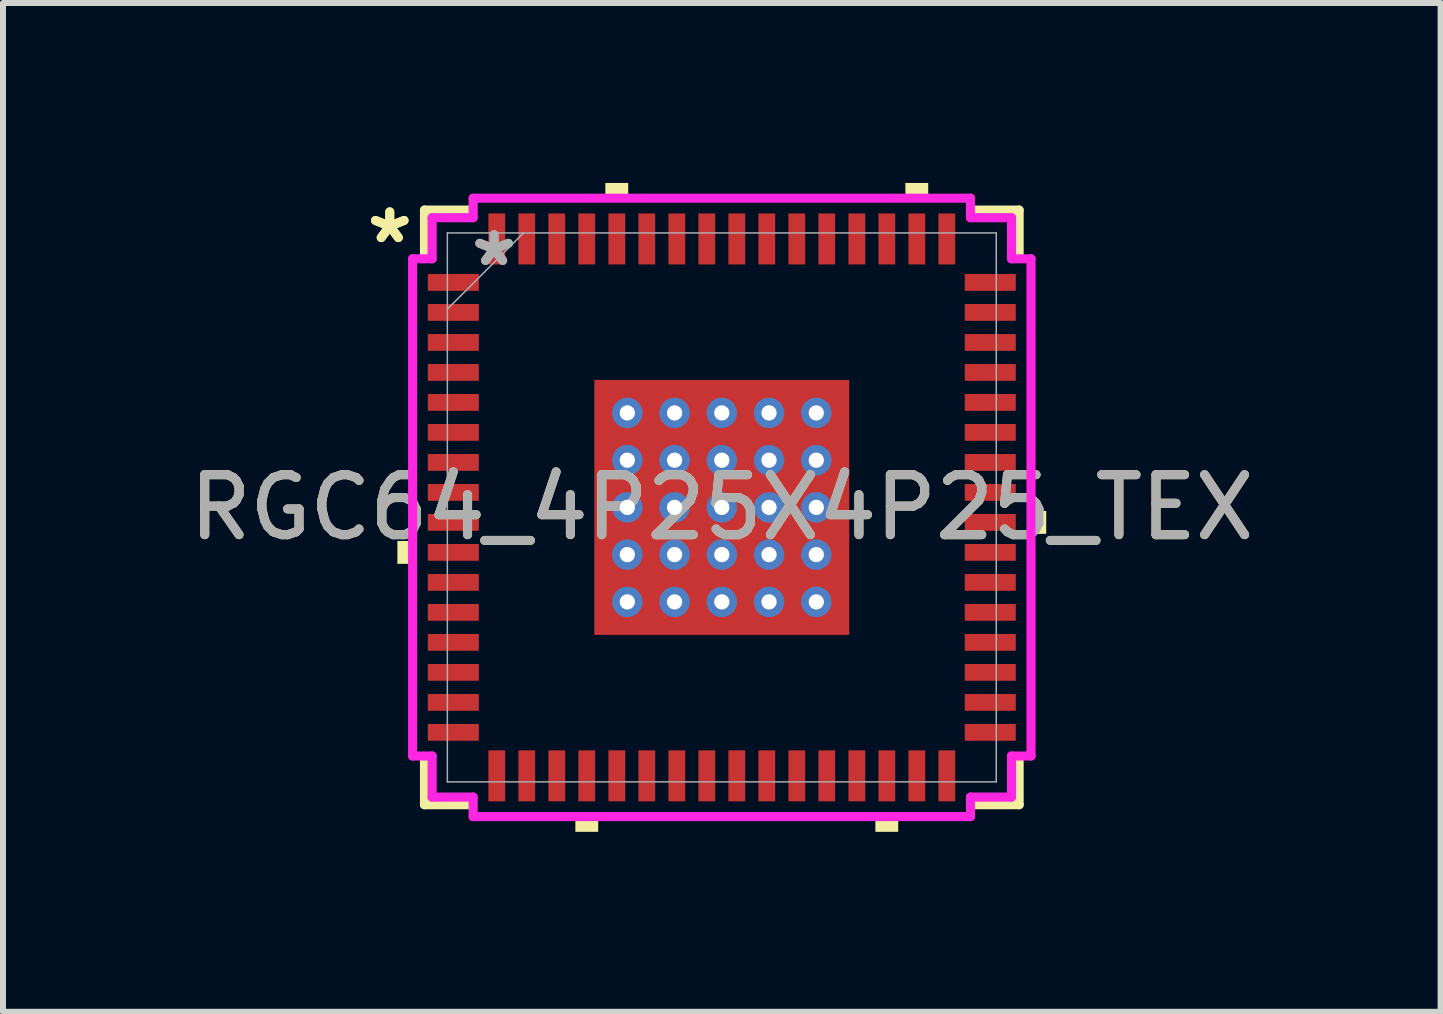
<source format=kicad_pcb>
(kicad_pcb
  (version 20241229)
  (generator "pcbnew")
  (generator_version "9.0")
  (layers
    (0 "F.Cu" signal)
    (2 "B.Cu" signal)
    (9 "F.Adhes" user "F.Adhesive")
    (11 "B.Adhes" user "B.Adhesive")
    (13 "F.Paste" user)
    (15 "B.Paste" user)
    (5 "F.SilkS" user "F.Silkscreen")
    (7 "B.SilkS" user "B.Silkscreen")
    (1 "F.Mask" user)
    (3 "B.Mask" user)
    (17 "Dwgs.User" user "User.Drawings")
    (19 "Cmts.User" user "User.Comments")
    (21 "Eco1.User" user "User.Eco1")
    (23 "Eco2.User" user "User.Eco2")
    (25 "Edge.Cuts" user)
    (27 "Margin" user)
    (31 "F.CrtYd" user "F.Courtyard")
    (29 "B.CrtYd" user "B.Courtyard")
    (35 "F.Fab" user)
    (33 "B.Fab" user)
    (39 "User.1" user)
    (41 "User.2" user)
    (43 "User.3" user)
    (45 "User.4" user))
  (footprint "RGC64_4P25X4P25_TEX"
    (layer "F.Cu")
    (at 8.982 5.408)
    (property "Reference" "RGC64_4P25X4P25_TEX" (at 0 0 0) (unlocked yes) (layer "F.SilkS") (effects (font (size 1 1) (thickness 0.15))))
    (attr smd)
    (fp_poly (pts (xy -2.188 -2.188) (xy -1.775 -2.188) (xy -1.775 2.188) (xy -2.188 2.188)) (stroke (width 0) (type solid)) (fill yes) (layer "F.Mask"))
    (fp_poly (pts (xy -2.188 -2.188) (xy 2.188 -2.188) (xy 2.188 -1.775) (xy -2.188 -1.775)) (stroke (width 0) (type solid)) (fill yes) (layer "F.Mask"))
    (fp_poly (pts (xy -2.188 -1.375) (xy 2.188 -1.375) (xy 2.188 -0.987) (xy -2.188 -0.987)) (stroke (width 0) (type solid)) (fill yes) (layer "F.Mask"))
    (fp_poly (pts (xy -2.188 -0.587) (xy 2.188 -0.587) (xy 2.188 -0.2) (xy -2.188 -0.2)) (stroke (width 0) (type solid)) (fill yes) (layer "F.Mask"))
    (fp_poly (pts (xy -2.188 0.2) (xy 2.188 0.2) (xy 2.188 0.587) (xy -2.188 0.587)) (stroke (width 0) (type solid)) (fill yes) (layer "F.Mask"))
    (fp_poly (pts (xy -2.188 0.987) (xy 2.188 0.987) (xy 2.188 1.375) (xy -2.188 1.375)) (stroke (width 0) (type solid)) (fill yes) (layer "F.Mask"))
    (fp_poly (pts (xy -2.188 1.775) (xy 2.188 1.775) (xy 2.188 2.188) (xy -2.188 2.188)) (stroke (width 0) (type solid)) (fill yes) (layer "F.Mask"))
    (fp_poly (pts (xy -0.987 -2.188) (xy -1.375 -2.188) (xy -1.375 2.188) (xy -0.987 2.188)) (stroke (width 0) (type solid)) (fill yes) (layer "F.Mask"))
    (fp_poly (pts (xy -0.2 -2.188) (xy -0.587 -2.188) (xy -0.587 2.188) (xy -0.2 2.188)) (stroke (width 0) (type solid)) (fill yes) (layer "F.Mask"))
    (fp_poly (pts (xy 0.587 -2.188) (xy 0.2 -2.188) (xy 0.2 2.188) (xy 0.587 2.188)) (stroke (width 0) (type solid)) (fill yes) (layer "F.Mask"))
    (fp_poly (pts (xy 1.375 -2.188) (xy 0.987 -2.188) (xy 0.987 2.188) (xy 1.375 2.188)) (stroke (width 0) (type solid)) (fill yes) (layer "F.Mask"))
    (fp_poly (pts (xy 1.775 -2.188) (xy 2.188 -2.188) (xy 2.188 2.188) (xy 1.775 2.188)) (stroke (width 0) (type solid)) (fill yes) (layer "F.Mask"))
    (fp_line (start -4.956 -4.956) (end -4.956 -4.218) (stroke (width 0.152) (type solid)) (layer "F.SilkS"))
    (fp_line (start -4.956 4.218) (end -4.956 4.956) (stroke (width 0.152) (type solid)) (layer "F.SilkS"))
    (fp_line (start -4.956 4.956) (end -4.219 4.956) (stroke (width 0.152) (type solid)) (layer "F.SilkS"))
    (fp_line (start -4.219 -4.956) (end -4.956 -4.956) (stroke (width 0.152) (type solid)) (layer "F.SilkS"))
    (fp_line (start 4.219 4.956) (end 4.956 4.956) (stroke (width 0.152) (type solid)) (layer "F.SilkS"))
    (fp_line (start 4.956 -4.956) (end 4.219 -4.956) (stroke (width 0.152) (type solid)) (layer "F.SilkS"))
    (fp_line (start 4.956 -4.218) (end 4.956 -4.956) (stroke (width 0.152) (type solid)) (layer "F.SilkS"))
    (fp_line (start 4.956 4.956) (end 4.956 4.218) (stroke (width 0.152) (type solid)) (layer "F.SilkS"))
    (fp_poly (pts (xy -5.408 0.56) (xy -5.408 0.941) (xy -5.154 0.941) (xy -5.154 0.56)) (stroke (width 0) (type solid)) (fill yes) (layer "F.SilkS"))
    (fp_poly (pts (xy -2.441 5.154) (xy -2.441 5.408) (xy -2.06 5.408) (xy -2.06 5.154)) (stroke (width 0) (type solid)) (fill yes) (layer "F.SilkS"))
    (fp_poly (pts (xy -1.941 -5.154) (xy -1.941 -5.408) (xy -1.56 -5.408) (xy -1.56 -5.154)) (stroke (width 0) (type solid)) (fill yes) (layer "F.SilkS"))
    (fp_poly (pts (xy 2.56 5.154) (xy 2.56 5.408) (xy 2.941 5.408) (xy 2.941 5.154)) (stroke (width 0) (type solid)) (fill yes) (layer "F.SilkS"))
    (fp_poly (pts (xy 3.06 -5.154) (xy 3.06 -5.408) (xy 3.441 -5.408) (xy 3.441 -5.154)) (stroke (width 0) (type solid)) (fill yes) (layer "F.SilkS"))
    (fp_poly (pts (xy 5.408 0.059) (xy 5.408 0.441) (xy 5.154 0.441) (xy 5.154 0.059)) (stroke (width 0) (type solid)) (fill yes) (layer "F.SilkS"))
    (fp_poly (pts (xy -2.05 -2.05) (xy -2.05 -1.675) (xy -1.816 -1.675) (xy -1.675 -1.816) (xy -1.675 -2.05)) (stroke (width 0) (type solid)) (fill yes) (layer "F.Paste"))
    (fp_poly (pts (xy -2.05 1.675) (xy -2.05 2.05) (xy -1.675 2.05) (xy -1.675 1.816) (xy -1.816 1.675)) (stroke (width 0) (type solid)) (fill yes) (layer "F.Paste"))
    (fp_poly (pts (xy 1.675 -2.05) (xy 1.675 -1.816) (xy 1.816 -1.675) (xy 2.05 -1.675) (xy 2.05 -2.05)) (stroke (width 0) (type solid)) (fill yes) (layer "F.Paste"))
    (fp_poly (pts (xy 1.816 1.675) (xy 1.675 1.816) (xy 1.675 2.05) (xy 2.05 2.05) (xy 2.05 1.675)) (stroke (width 0) (type solid)) (fill yes) (layer "F.Paste"))
    (fp_poly (pts (xy -2.05 -1.475) (xy -2.05 -0.887) (xy -1.816 -0.887) (xy -1.675 -1.029) (xy -1.675 -1.333) (xy -1.816 -1.475)) (stroke (width 0) (type solid)) (fill yes) (layer "F.Paste"))
    (fp_poly (pts (xy -2.05 -0.687) (xy -2.05 -0.1) (xy -1.816 -0.1) (xy -1.675 -0.241) (xy -1.675 -0.546) (xy -1.816 -0.687)) (stroke (width 0) (type solid)) (fill yes) (layer "F.Paste"))
    (fp_poly (pts (xy -2.05 0.1) (xy -2.05 0.687) (xy -1.816 0.687) (xy -1.675 0.546) (xy -1.675 0.241) (xy -1.816 0.1)) (stroke (width 0) (type solid)) (fill yes) (layer "F.Paste"))
    (fp_poly (pts (xy -2.05 0.887) (xy -2.05 1.475) (xy -1.816 1.475) (xy -1.675 1.333) (xy -1.675 1.029) (xy -1.816 0.887)) (stroke (width 0) (type solid)) (fill yes) (layer "F.Paste"))
    (fp_poly (pts (xy -1.475 -2.05) (xy -1.475 -1.816) (xy -1.333 -1.675) (xy -1.029 -1.675) (xy -0.887 -1.816) (xy -0.887 -2.05)) (stroke (width 0) (type solid)) (fill yes) (layer "F.Paste"))
    (fp_poly (pts (xy -1.333 1.675) (xy -1.475 1.816) (xy -1.475 2.05) (xy -0.887 2.05) (xy -0.887 1.816) (xy -1.029 1.675)) (stroke (width 0) (type solid)) (fill yes) (layer "F.Paste"))
    (fp_poly (pts (xy -0.687 -2.05) (xy -0.687 -1.816) (xy -0.546 -1.675) (xy -0.241 -1.675) (xy -0.1 -1.816) (xy -0.1 -2.05)) (stroke (width 0) (type solid)) (fill yes) (layer "F.Paste"))
    (fp_poly (pts (xy -0.546 1.675) (xy -0.687 1.816) (xy -0.687 2.05) (xy -0.1 2.05) (xy -0.1 1.816) (xy -0.241 1.675)) (stroke (width 0) (type solid)) (fill yes) (layer "F.Paste"))
    (fp_poly (pts (xy 0.1 -2.05) (xy 0.1 -1.816) (xy 0.241 -1.675) (xy 0.546 -1.675) (xy 0.687 -1.816) (xy 0.687 -2.05)) (stroke (width 0) (type solid)) (fill yes) (layer "F.Paste"))
    (fp_poly (pts (xy 0.241 1.675) (xy 0.1 1.816) (xy 0.1 2.05) (xy 0.687 2.05) (xy 0.687 1.816) (xy 0.546 1.675)) (stroke (width 0) (type solid)) (fill yes) (layer "F.Paste"))
    (fp_poly (pts (xy 0.887 -2.05) (xy 0.887 -1.816) (xy 1.029 -1.675) (xy 1.333 -1.675) (xy 1.475 -1.816) (xy 1.475 -2.05)) (stroke (width 0) (type solid)) (fill yes) (layer "F.Paste"))
    (fp_poly (pts (xy 1.029 1.675) (xy 0.887 1.816) (xy 0.887 2.05) (xy 1.475 2.05) (xy 1.475 1.816) (xy 1.333 1.675)) (stroke (width 0) (type solid)) (fill yes) (layer "F.Paste"))
    (fp_poly (pts (xy 1.816 -1.475) (xy 1.675 -1.333) (xy 1.675 -1.029) (xy 1.816 -0.887) (xy 2.05 -0.887) (xy 2.05 -1.475)) (stroke (width 0) (type solid)) (fill yes) (layer "F.Paste"))
    (fp_poly (pts (xy 1.816 -0.687) (xy 1.675 -0.546) (xy 1.675 -0.241) (xy 1.816 -0.1) (xy 2.05 -0.1) (xy 2.05 -0.687)) (stroke (width 0) (type solid)) (fill yes) (layer "F.Paste"))
    (fp_poly (pts (xy 1.816 0.1) (xy 1.675 0.241) (xy 1.675 0.546) (xy 1.816 0.687) (xy 2.05 0.687) (xy 2.05 0.1)) (stroke (width 0) (type solid)) (fill yes) (layer "F.Paste"))
    (fp_poly (pts (xy 1.816 0.887) (xy 1.675 1.029) (xy 1.675 1.333) (xy 1.816 1.475) (xy 2.05 1.475) (xy 2.05 0.887)) (stroke (width 0) (type solid)) (fill yes) (layer "F.Paste"))
    (fp_poly (pts (xy -1.333 -1.475) (xy -1.475 -1.333) (xy -1.475 -1.029) (xy -1.333 -0.887) (xy -1.029 -0.887) (xy -0.887 -1.029) (xy -0.887 -1.333) (xy -1.029 -1.475)) (stroke (width 0) (type solid)) (fill yes) (layer "F.Paste"))
    (fp_poly (pts (xy -1.333 -0.687) (xy -1.475 -0.546) (xy -1.475 -0.241) (xy -1.333 -0.1) (xy -1.029 -0.1) (xy -0.887 -0.241) (xy -0.887 -0.546) (xy -1.029 -0.687)) (stroke (width 0) (type solid)) (fill yes) (layer "F.Paste"))
    (fp_poly (pts (xy -1.333 0.1) (xy -1.475 0.241) (xy -1.475 0.546) (xy -1.333 0.687) (xy -1.029 0.687) (xy -0.887 0.546) (xy -0.887 0.241) (xy -1.029 0.1)) (stroke (width 0) (type solid)) (fill yes) (layer "F.Paste"))
    (fp_poly (pts (xy -1.333 0.887) (xy -1.475 1.029) (xy -1.475 1.333) (xy -1.333 1.475) (xy -1.029 1.475) (xy -0.887 1.333) (xy -0.887 1.029) (xy -1.029 0.887)) (stroke (width 0) (type solid)) (fill yes) (layer "F.Paste"))
    (fp_poly (pts (xy -0.546 -1.475) (xy -0.687 -1.333) (xy -0.687 -1.029) (xy -0.546 -0.887) (xy -0.241 -0.887) (xy -0.1 -1.029) (xy -0.1 -1.333) (xy -0.241 -1.475)) (stroke (width 0) (type solid)) (fill yes) (layer "F.Paste"))
    (fp_poly (pts (xy -0.546 -0.687) (xy -0.687 -0.546) (xy -0.687 -0.241) (xy -0.546 -0.1) (xy -0.241 -0.1) (xy -0.1 -0.241) (xy -0.1 -0.546) (xy -0.241 -0.687)) (stroke (width 0) (type solid)) (fill yes) (layer "F.Paste"))
    (fp_poly (pts (xy -0.546 0.1) (xy -0.687 0.241) (xy -0.687 0.546) (xy -0.546 0.687) (xy -0.241 0.687) (xy -0.1 0.546) (xy -0.1 0.241) (xy -0.241 0.1)) (stroke (width 0) (type solid)) (fill yes) (layer "F.Paste"))
    (fp_poly (pts (xy -0.546 0.887) (xy -0.687 1.029) (xy -0.687 1.333) (xy -0.546 1.475) (xy -0.241 1.475) (xy -0.1 1.333) (xy -0.1 1.029) (xy -0.241 0.887)) (stroke (width 0) (type solid)) (fill yes) (layer "F.Paste"))
    (fp_poly (pts (xy 0.241 -1.475) (xy 0.1 -1.333) (xy 0.1 -1.029) (xy 0.241 -0.887) (xy 0.546 -0.887) (xy 0.687 -1.029) (xy 0.687 -1.333) (xy 0.546 -1.475)) (stroke (width 0) (type solid)) (fill yes) (layer "F.Paste"))
    (fp_poly (pts (xy 0.241 -0.687) (xy 0.1 -0.546) (xy 0.1 -0.241) (xy 0.241 -0.1) (xy 0.546 -0.1) (xy 0.687 -0.241) (xy 0.687 -0.546) (xy 0.546 -0.687)) (stroke (width 0) (type solid)) (fill yes) (layer "F.Paste"))
    (fp_poly (pts (xy 0.241 0.1) (xy 0.1 0.241) (xy 0.1 0.546) (xy 0.241 0.687) (xy 0.546 0.687) (xy 0.687 0.546) (xy 0.687 0.241) (xy 0.546 0.1)) (stroke (width 0) (type solid)) (fill yes) (layer "F.Paste"))
    (fp_poly (pts (xy 0.241 0.887) (xy 0.1 1.029) (xy 0.1 1.333) (xy 0.241 1.475) (xy 0.546 1.475) (xy 0.687 1.333) (xy 0.687 1.029) (xy 0.546 0.887)) (stroke (width 0) (type solid)) (fill yes) (layer "F.Paste"))
    (fp_poly (pts (xy 1.029 -1.475) (xy 0.887 -1.333) (xy 0.887 -1.029) (xy 1.029 -0.887) (xy 1.333 -0.887) (xy 1.475 -1.029) (xy 1.475 -1.333) (xy 1.333 -1.475)) (stroke (width 0) (type solid)) (fill yes) (layer "F.Paste"))
    (fp_poly (pts (xy 1.029 -0.687) (xy 0.887 -0.546) (xy 0.887 -0.241) (xy 1.029 -0.1) (xy 1.333 -0.1) (xy 1.475 -0.241) (xy 1.475 -0.546) (xy 1.333 -0.687)) (stroke (width 0) (type solid)) (fill yes) (layer "F.Paste"))
    (fp_poly (pts (xy 1.029 0.1) (xy 0.887 0.241) (xy 0.887 0.546) (xy 1.029 0.687) (xy 1.333 0.687) (xy 1.475 0.546) (xy 1.475 0.241) (xy 1.333 0.1)) (stroke (width 0) (type solid)) (fill yes) (layer "F.Paste"))
    (fp_poly (pts (xy 1.029 0.887) (xy 0.887 1.029) (xy 0.887 1.333) (xy 1.029 1.475) (xy 1.333 1.475) (xy 1.475 1.333) (xy 1.475 1.029) (xy 1.333 0.887)) (stroke (width 0) (type solid)) (fill yes) (layer "F.Paste"))
    (fp_line (start -5.154 -4.144) (end -4.829 -4.144) (stroke (width 0.152) (type solid)) (layer "F.CrtYd"))
    (fp_line (start -5.154 4.144) (end -5.154 -4.144) (stroke (width 0.152) (type solid)) (layer "F.CrtYd"))
    (fp_line (start -4.829 -4.829) (end -4.145 -4.829) (stroke (width 0.152) (type solid)) (layer "F.CrtYd"))
    (fp_line (start -4.829 -4.144) (end -4.829 -4.829) (stroke (width 0.152) (type solid)) (layer "F.CrtYd"))
    (fp_line (start -4.829 4.144) (end -5.154 4.144) (stroke (width 0.152) (type solid)) (layer "F.CrtYd"))
    (fp_line (start -4.829 4.829) (end -4.829 4.144) (stroke (width 0.152) (type solid)) (layer "F.CrtYd"))
    (fp_line (start -4.145 -5.154) (end 4.145 -5.154) (stroke (width 0.152) (type solid)) (layer "F.CrtYd"))
    (fp_line (start -4.145 -4.829) (end -4.145 -5.154) (stroke (width 0.152) (type solid)) (layer "F.CrtYd"))
    (fp_line (start -4.145 4.829) (end -4.829 4.829) (stroke (width 0.152) (type solid)) (layer "F.CrtYd"))
    (fp_line (start -4.145 5.154) (end -4.145 4.829) (stroke (width 0.152) (type solid)) (layer "F.CrtYd"))
    (fp_line (start 4.145 -5.154) (end 4.145 -4.829) (stroke (width 0.152) (type solid)) (layer "F.CrtYd"))
    (fp_line (start 4.145 -4.829) (end 4.829 -4.829) (stroke (width 0.152) (type solid)) (layer "F.CrtYd"))
    (fp_line (start 4.145 4.829) (end 4.145 5.154) (stroke (width 0.152) (type solid)) (layer "F.CrtYd"))
    (fp_line (start 4.145 5.154) (end -4.145 5.154) (stroke (width 0.152) (type solid)) (layer "F.CrtYd"))
    (fp_line (start 4.829 -4.829) (end 4.829 -4.144) (stroke (width 0.152) (type solid)) (layer "F.CrtYd"))
    (fp_line (start 4.829 -4.144) (end 5.154 -4.144) (stroke (width 0.152) (type solid)) (layer "F.CrtYd"))
    (fp_line (start 4.829 4.144) (end 4.829 4.829) (stroke (width 0.152) (type solid)) (layer "F.CrtYd"))
    (fp_line (start 4.829 4.829) (end 4.145 4.829) (stroke (width 0.152) (type solid)) (layer "F.CrtYd"))
    (fp_line (start 5.154 -4.144) (end 5.154 4.144) (stroke (width 0.152) (type solid)) (layer "F.CrtYd"))
    (fp_line (start 5.154 4.144) (end 4.829 4.144) (stroke (width 0.152) (type solid)) (layer "F.CrtYd"))
    (fp_line (start -4.575 -4.575) (end -4.575 4.575) (stroke (width 0.025) (type solid)) (layer "F.Fab"))
    (fp_line (start -4.575 -3.305) (end -3.305 -4.575) (stroke (width 0.025) (type solid)) (layer "F.Fab"))
    (fp_line (start -4.575 4.575) (end 4.575 4.575) (stroke (width 0.025) (type solid)) (layer "F.Fab"))
    (fp_line (start 4.575 -4.575) (end -4.575 -4.575) (stroke (width 0.025) (type solid)) (layer "F.Fab"))
    (fp_line (start 4.575 4.575) (end 4.575 -4.575) (stroke (width 0.025) (type solid)) (layer "F.Fab"))
    (fp_text user "*" (at -5.535 -4.381 0) (unlocked yes) (layer "F.SilkS") (effects (font (size 1 1) (thickness 0.15))))
    (fp_text user "*" (at -5.535 -4.381 0) (layer "F.SilkS") (effects (font (size 1 1) (thickness 0.15))))
    (fp_text user "*" (at -3.796 -4 0) (layer "F.Fab") (effects (font (size 1 1) (thickness 0.15))))
    (fp_text user "*" (at -3.796 -4 0) (unlocked yes) (layer "F.Fab") (effects (font (size 1 1) (thickness 0.15))))
    (fp_text user "${REFERENCE}" (at 0 0 0) (unlocked yes) (layer "F.Fab") (effects (font (size 1 1) (thickness 0.15))))
    (pad "1" smd rect (at -4.475 -3.75 90) (size 0.28 0.85) (layers "F.Cu" "F.Mask" "F.Paste"))
    (pad "2" smd rect (at -4.475 -3.25 90) (size 0.28 0.85) (layers "F.Cu" "F.Mask" "F.Paste"))
    (pad "3" smd rect (at -4.475 -2.75 90) (size 0.28 0.85) (layers "F.Cu" "F.Mask" "F.Paste"))
    (pad "4" smd rect (at -4.475 -2.25 90) (size 0.28 0.85) (layers "F.Cu" "F.Mask" "F.Paste"))
    (pad "5" smd rect (at -4.475 -1.75 90) (size 0.28 0.85) (layers "F.Cu" "F.Mask" "F.Paste"))
    (pad "6" smd rect (at -4.475 -1.25 90) (size 0.28 0.85) (layers "F.Cu" "F.Mask" "F.Paste"))
    (pad "7" smd rect (at -4.475 -0.75 90) (size 0.28 0.85) (layers "F.Cu" "F.Mask" "F.Paste"))
    (pad "8" smd rect (at -4.475 -0.25 90) (size 0.28 0.85) (layers "F.Cu" "F.Mask" "F.Paste"))
    (pad "9" smd rect (at -4.475 0.25 90) (size 0.28 0.85) (layers "F.Cu" "F.Mask" "F.Paste"))
    (pad "10" smd rect (at -4.475 0.75 90) (size 0.28 0.85) (layers "F.Cu" "F.Mask" "F.Paste"))
    (pad "11" smd rect (at -4.475 1.25 90) (size 0.28 0.85) (layers "F.Cu" "F.Mask" "F.Paste"))
    (pad "12" smd rect (at -4.475 1.75 90) (size 0.28 0.85) (layers "F.Cu" "F.Mask" "F.Paste"))
    (pad "13" smd rect (at -4.475 2.25 90) (size 0.28 0.85) (layers "F.Cu" "F.Mask" "F.Paste"))
    (pad "14" smd rect (at -4.475 2.75 90) (size 0.28 0.85) (layers "F.Cu" "F.Mask" "F.Paste"))
    (pad "15" smd rect (at -4.475 3.25 90) (size 0.28 0.85) (layers "F.Cu" "F.Mask" "F.Paste"))
    (pad "16" smd rect (at -4.475 3.75 90) (size 0.28 0.85) (layers "F.Cu" "F.Mask" "F.Paste"))
    (pad "17" smd rect (at -3.751 4.475) (size 0.28 0.85) (layers "F.Cu" "F.Mask" "F.Paste"))
    (pad "18" smd rect (at -3.251 4.475) (size 0.28 0.85) (layers "F.Cu" "F.Mask" "F.Paste"))
    (pad "19" smd rect (at -2.751 4.475) (size 0.28 0.85) (layers "F.Cu" "F.Mask" "F.Paste"))
    (pad "20" smd rect (at -2.251 4.475) (size 0.28 0.85) (layers "F.Cu" "F.Mask" "F.Paste"))
    (pad "21" smd rect (at -1.75 4.475) (size 0.28 0.85) (layers "F.Cu" "F.Mask" "F.Paste"))
    (pad "22" smd rect (at -1.25 4.475) (size 0.28 0.85) (layers "F.Cu" "F.Mask" "F.Paste"))
    (pad "23" smd rect (at -0.75 4.475) (size 0.28 0.85) (layers "F.Cu" "F.Mask" "F.Paste"))
    (pad "24" smd rect (at -0.25 4.475) (size 0.28 0.85) (layers "F.Cu" "F.Mask" "F.Paste"))
    (pad "25" smd rect (at 0.25 4.475) (size 0.28 0.85) (layers "F.Cu" "F.Mask" "F.Paste"))
    (pad "26" smd rect (at 0.75 4.475) (size 0.28 0.85) (layers "F.Cu" "F.Mask" "F.Paste"))
    (pad "27" smd rect (at 1.25 4.475) (size 0.28 0.85) (layers "F.Cu" "F.Mask" "F.Paste"))
    (pad "28" smd rect (at 1.75 4.475) (size 0.28 0.85) (layers "F.Cu" "F.Mask" "F.Paste"))
    (pad "29" smd rect (at 2.251 4.475) (size 0.28 0.85) (layers "F.Cu" "F.Mask" "F.Paste"))
    (pad "30" smd rect (at 2.751 4.475) (size 0.28 0.85) (layers "F.Cu" "F.Mask" "F.Paste"))
    (pad "31" smd rect (at 3.251 4.475) (size 0.28 0.85) (layers "F.Cu" "F.Mask" "F.Paste"))
    (pad "32" smd rect (at 3.751 4.475) (size 0.28 0.85) (layers "F.Cu" "F.Mask" "F.Paste"))
    (pad "33" smd rect (at 4.475 3.75 90) (size 0.28 0.85) (layers "F.Cu" "F.Mask" "F.Paste"))
    (pad "34" smd rect (at 4.475 3.25 90) (size 0.28 0.85) (layers "F.Cu" "F.Mask" "F.Paste"))
    (pad "35" smd rect (at 4.475 2.75 90) (size 0.28 0.85) (layers "F.Cu" "F.Mask" "F.Paste"))
    (pad "36" smd rect (at 4.475 2.25 90) (size 0.28 0.85) (layers "F.Cu" "F.Mask" "F.Paste"))
    (pad "37" smd rect (at 4.475 1.75 90) (size 0.28 0.85) (layers "F.Cu" "F.Mask" "F.Paste"))
    (pad "38" smd rect (at 4.475 1.25 90) (size 0.28 0.85) (layers "F.Cu" "F.Mask" "F.Paste"))
    (pad "39" smd rect (at 4.475 0.75 90) (size 0.28 0.85) (layers "F.Cu" "F.Mask" "F.Paste"))
    (pad "40" smd rect (at 4.475 0.25 90) (size 0.28 0.85) (layers "F.Cu" "F.Mask" "F.Paste"))
    (pad "41" smd rect (at 4.475 -0.25 90) (size 0.28 0.85) (layers "F.Cu" "F.Mask" "F.Paste"))
    (pad "42" smd rect (at 4.475 -0.75 90) (size 0.28 0.85) (layers "F.Cu" "F.Mask" "F.Paste"))
    (pad "43" smd rect (at 4.475 -1.25 90) (size 0.28 0.85) (layers "F.Cu" "F.Mask" "F.Paste"))
    (pad "44" smd rect (at 4.475 -1.75 90) (size 0.28 0.85) (layers "F.Cu" "F.Mask" "F.Paste"))
    (pad "45" smd rect (at 4.475 -2.25 90) (size 0.28 0.85) (layers "F.Cu" "F.Mask" "F.Paste"))
    (pad "46" smd rect (at 4.475 -2.75 90) (size 0.28 0.85) (layers "F.Cu" "F.Mask" "F.Paste"))
    (pad "47" smd rect (at 4.475 -3.25 90) (size 0.28 0.85) (layers "F.Cu" "F.Mask" "F.Paste"))
    (pad "48" smd rect (at 4.475 -3.75 90) (size 0.28 0.85) (layers "F.Cu" "F.Mask" "F.Paste"))
    (pad "49" smd rect (at 3.751 -4.475) (size 0.28 0.85) (layers "F.Cu" "F.Mask" "F.Paste"))
    (pad "50" smd rect (at 3.251 -4.475) (size 0.28 0.85) (layers "F.Cu" "F.Mask" "F.Paste"))
    (pad "51" smd rect (at 2.751 -4.475) (size 0.28 0.85) (layers "F.Cu" "F.Mask" "F.Paste"))
    (pad "52" smd rect (at 2.251 -4.475) (size 0.28 0.85) (layers "F.Cu" "F.Mask" "F.Paste"))
    (pad "53" smd rect (at 1.75 -4.475) (size 0.28 0.85) (layers "F.Cu" "F.Mask" "F.Paste"))
    (pad "54" smd rect (at 1.25 -4.475) (size 0.28 0.85) (layers "F.Cu" "F.Mask" "F.Paste"))
    (pad "55" smd rect (at 0.75 -4.475) (size 0.28 0.85) (layers "F.Cu" "F.Mask" "F.Paste"))
    (pad "56" smd rect (at 0.25 -4.475) (size 0.28 0.85) (layers "F.Cu" "F.Mask" "F.Paste"))
    (pad "57" smd rect (at -0.25 -4.475) (size 0.28 0.85) (layers "F.Cu" "F.Mask" "F.Paste"))
    (pad "58" smd rect (at -0.75 -4.475) (size 0.28 0.85) (layers "F.Cu" "F.Mask" "F.Paste"))
    (pad "59" smd rect (at -1.25 -4.475) (size 0.28 0.85) (layers "F.Cu" "F.Mask" "F.Paste"))
    (pad "60" smd rect (at -1.75 -4.475) (size 0.28 0.85) (layers "F.Cu" "F.Mask" "F.Paste"))
    (pad "61" smd rect (at -2.251 -4.475) (size 0.28 0.85) (layers "F.Cu" "F.Mask" "F.Paste"))
    (pad "62" smd rect (at -2.751 -4.475) (size 0.28 0.85) (layers "F.Cu" "F.Mask" "F.Paste"))
    (pad "63" smd rect (at -3.251 -4.475) (size 0.28 0.85) (layers "F.Cu" "F.Mask" "F.Paste"))
    (pad "64" smd rect (at -3.751 -4.475) (size 0.28 0.85) (layers "F.Cu" "F.Mask" "F.Paste"))
    (pad "65" smd rect (at 0 0) (size 4.25 4.25) (layers "F.Cu"))
    (pad "V" thru_hole circle (at -1.575 -1.575) (size 0.508 0.508) (drill 0.254) (layers "*.Cu" "*.Mask"))
    (pad "V" thru_hole circle (at -1.575 -0.787) (size 0.508 0.508) (drill 0.254) (layers "*.Cu" "*.Mask"))
    (pad "V" thru_hole circle (at -1.575 0) (size 0.508 0.508) (drill 0.254) (layers "*.Cu" "*.Mask"))
    (pad "V" thru_hole circle (at -1.575 0.787) (size 0.508 0.508) (drill 0.254) (layers "*.Cu" "*.Mask"))
    (pad "V" thru_hole circle (at -1.575 1.575) (size 0.508 0.508) (drill 0.254) (layers "*.Cu" "*.Mask"))
    (pad "V" thru_hole circle (at -0.787 -1.575) (size 0.508 0.508) (drill 0.254) (layers "*.Cu" "*.Mask"))
    (pad "V" thru_hole circle (at -0.787 -0.787) (size 0.508 0.508) (drill 0.254) (layers "*.Cu" "*.Mask"))
    (pad "V" thru_hole circle (at -0.787 0) (size 0.508 0.508) (drill 0.254) (layers "*.Cu" "*.Mask"))
    (pad "V" thru_hole circle (at -0.787 0.787) (size 0.508 0.508) (drill 0.254) (layers "*.Cu" "*.Mask"))
    (pad "V" thru_hole circle (at -0.787 1.575) (size 0.508 0.508) (drill 0.254) (layers "*.Cu" "*.Mask"))
    (pad "V" thru_hole circle (at 0 -1.575) (size 0.508 0.508) (drill 0.254) (layers "*.Cu" "*.Mask"))
    (pad "V" thru_hole circle (at 0 -0.787) (size 0.508 0.508) (drill 0.254) (layers "*.Cu" "*.Mask"))
    (pad "V" thru_hole circle (at 0 0) (size 0.508 0.508) (drill 0.254) (layers "*.Cu" "*.Mask"))
    (pad "V" thru_hole circle (at 0 0.787) (size 0.508 0.508) (drill 0.254) (layers "*.Cu" "*.Mask"))
    (pad "V" thru_hole circle (at 0 1.575) (size 0.508 0.508) (drill 0.254) (layers "*.Cu" "*.Mask"))
    (pad "V" thru_hole circle (at 0.787 -1.575) (size 0.508 0.508) (drill 0.254) (layers "*.Cu" "*.Mask"))
    (pad "V" thru_hole circle (at 0.787 -0.787) (size 0.508 0.508) (drill 0.254) (layers "*.Cu" "*.Mask"))
    (pad "V" thru_hole circle (at 0.787 0) (size 0.508 0.508) (drill 0.254) (layers "*.Cu" "*.Mask"))
    (pad "V" thru_hole circle (at 0.787 0.787) (size 0.508 0.508) (drill 0.254) (layers "*.Cu" "*.Mask"))
    (pad "V" thru_hole circle (at 0.787 1.575) (size 0.508 0.508) (drill 0.254) (layers "*.Cu" "*.Mask"))
    (pad "V" thru_hole circle (at 1.575 -1.575) (size 0.508 0.508) (drill 0.254) (layers "*.Cu" "*.Mask"))
    (pad "V" thru_hole circle (at 1.575 -0.787) (size 0.508 0.508) (drill 0.254) (layers "*.Cu" "*.Mask"))
    (pad "V" thru_hole circle (at 1.575 0) (size 0.508 0.508) (drill 0.254) (layers "*.Cu" "*.Mask"))
    (pad "V" thru_hole circle (at 1.575 0.787) (size 0.508 0.508) (drill 0.254) (layers "*.Cu" "*.Mask"))
    (pad "V" thru_hole circle (at 1.575 1.575) (size 0.508 0.508) (drill 0.254) (layers "*.Cu" "*.Mask")))
  (gr_rect
    (start -3 -3)
    (end 20.964 13.816)
    (stroke (width 0.1) (type default))
    (fill no)
    (layer "Edge.Cuts")))
</source>
